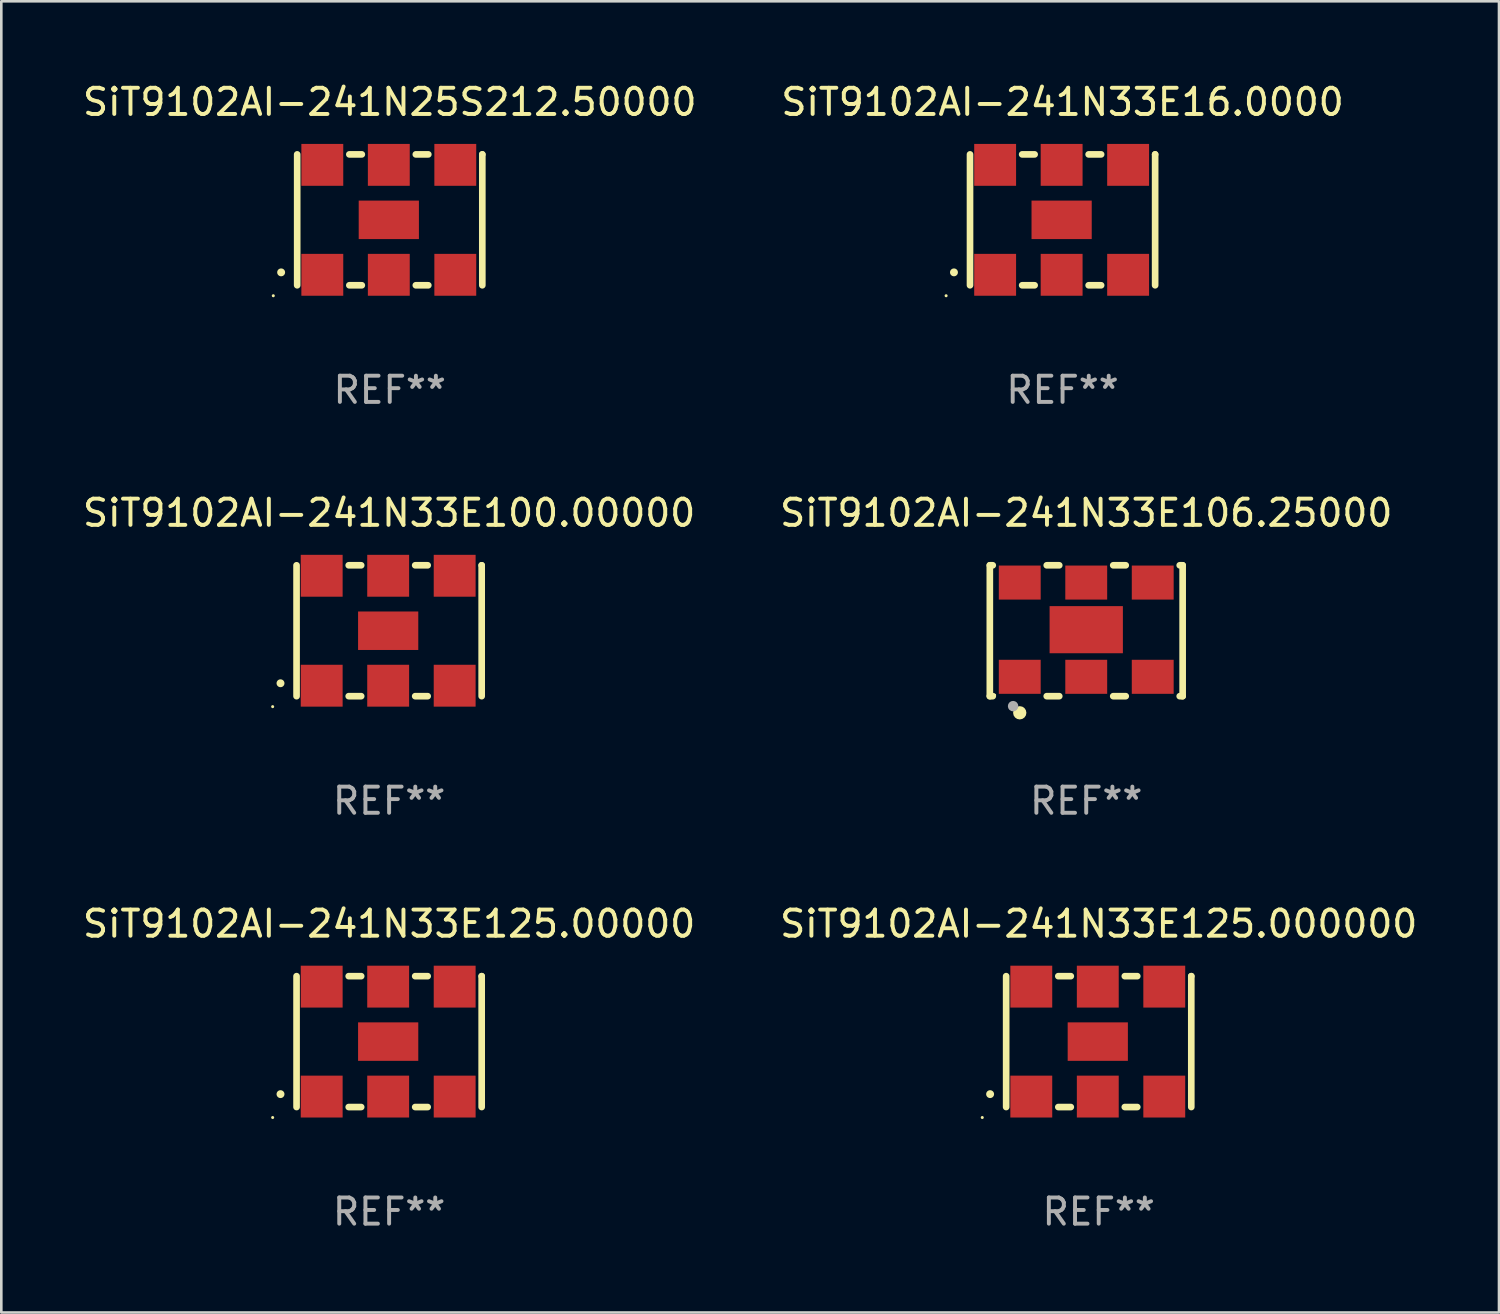
<source format=kicad_pcb>
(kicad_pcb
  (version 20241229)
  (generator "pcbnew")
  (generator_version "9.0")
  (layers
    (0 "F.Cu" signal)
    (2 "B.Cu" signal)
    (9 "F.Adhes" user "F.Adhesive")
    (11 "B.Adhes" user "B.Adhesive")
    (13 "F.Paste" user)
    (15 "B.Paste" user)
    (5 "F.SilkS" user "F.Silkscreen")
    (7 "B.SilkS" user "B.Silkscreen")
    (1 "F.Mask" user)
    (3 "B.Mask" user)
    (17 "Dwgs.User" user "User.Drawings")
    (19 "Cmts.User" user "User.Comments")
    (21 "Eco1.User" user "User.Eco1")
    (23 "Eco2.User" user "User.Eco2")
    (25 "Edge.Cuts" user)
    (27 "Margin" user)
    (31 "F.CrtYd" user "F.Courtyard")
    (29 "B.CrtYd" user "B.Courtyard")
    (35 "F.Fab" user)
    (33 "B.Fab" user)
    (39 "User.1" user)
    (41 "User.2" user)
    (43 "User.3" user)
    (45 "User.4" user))
  (footprint "SiT9102AI-241N25S212.50000"
    (layer "F.Cu")
    (at 11.839 5.348)
    (property "Reference" "SiT9102AI-241N25S212.50000" (at 0 -4.5 0) (layer "F.SilkS") (effects (font (size 1 1) (thickness 0.15))))
    (attr through_hole)
    (fp_line (start -3.536 -2.5) (end -3.536 2.5) (stroke (width 0.254) (type solid)) (layer "F.SilkS"))
    (fp_line (start -1.544 2.5) (end -1.067 2.5) (stroke (width 0.254) (type solid)) (layer "F.SilkS"))
    (fp_line (start -1.067 -2.5) (end -1.544 -2.5) (stroke (width 0.254) (type solid)) (layer "F.SilkS"))
    (fp_line (start 0.996 2.5) (end 1.473 2.5) (stroke (width 0.254) (type solid)) (layer "F.SilkS"))
    (fp_line (start 1.473 -2.5) (end 0.996 -2.5) (stroke (width 0.254) (type solid)) (layer "F.SilkS"))
    (fp_line (start 3.536 -2.5) (end 3.536 -2.5) (stroke (width 0.254) (type solid)) (layer "F.SilkS"))
    (fp_line (start 3.536 2.5) (end 3.536 -2.5) (stroke (width 0.254) (type solid)) (layer "F.SilkS"))
    (fp_arc (start -4.150432 2.006604) (mid -4.149162 2.006599) (end -4.147892 2.006604) (stroke (width 0.3) (type solid)) (layer "F.SilkS"))
    (fp_circle (center -4.449 2.9) (end -4.419 2.9) (stroke (width 0.06) (type solid)) (fill no) (layer "F.SilkS"))
    (fp_text user "REF**" (at 0 6.5 0) (layer "F.Fab") (effects (font (size 1 1) (thickness 0.15))))
    (pad "1" smd rect (at -2.576 2.1) (size 1.6 1.6) (layers "F.Cu" "F.Mask" "F.Paste"))
    (pad "2" smd rect (at -0.036 2.1) (size 1.6 1.6) (layers "F.Cu" "F.Mask" "F.Paste"))
    (pad "3" smd rect (at 2.504 2.1) (size 1.6 1.6) (layers "F.Cu" "F.Mask" "F.Paste"))
    (pad "4" smd rect (at 2.504 -2.1) (size 1.6 1.6) (layers "F.Cu" "F.Mask" "F.Paste"))
    (pad "5" smd rect (at -0.036 -2.1) (size 1.6 1.6) (layers "F.Cu" "F.Mask" "F.Paste"))
    (pad "6" smd rect (at -2.576 -2.1) (size 1.6 1.6) (layers "F.Cu" "F.Mask" "F.Paste"))
    (pad "7" smd rect (at -0.036 0) (size 2.3 1.47) (layers "F.Cu" "F.Mask" "F.Paste")))
  (footprint "SiT9102AI-241N33E16.0000"
    (layer "F.Cu")
    (at 37.542 5.348)
    (property "Reference" "SiT9102AI-241N33E16.0000" (at 0 -4.5 0) (layer "F.SilkS") (effects (font (size 1 1) (thickness 0.15))))
    (attr through_hole)
    (fp_line (start -3.536 -2.5) (end -3.536 2.5) (stroke (width 0.254) (type solid)) (layer "F.SilkS"))
    (fp_line (start -1.544 2.5) (end -1.067 2.5) (stroke (width 0.254) (type solid)) (layer "F.SilkS"))
    (fp_line (start -1.067 -2.5) (end -1.544 -2.5) (stroke (width 0.254) (type solid)) (layer "F.SilkS"))
    (fp_line (start 0.996 2.5) (end 1.473 2.5) (stroke (width 0.254) (type solid)) (layer "F.SilkS"))
    (fp_line (start 1.473 -2.5) (end 0.996 -2.5) (stroke (width 0.254) (type solid)) (layer "F.SilkS"))
    (fp_line (start 3.536 -2.5) (end 3.536 -2.5) (stroke (width 0.254) (type solid)) (layer "F.SilkS"))
    (fp_line (start 3.536 2.5) (end 3.536 -2.5) (stroke (width 0.254) (type solid)) (layer "F.SilkS"))
    (fp_arc (start -4.150432 2.006604) (mid -4.149162 2.006599) (end -4.147892 2.006604) (stroke (width 0.3) (type solid)) (layer "F.SilkS"))
    (fp_circle (center -4.449 2.9) (end -4.419 2.9) (stroke (width 0.06) (type solid)) (fill no) (layer "F.SilkS"))
    (fp_text user "REF**" (at 0 6.5 0) (layer "F.Fab") (effects (font (size 1 1) (thickness 0.15))))
    (pad "1" smd rect (at -2.576 2.1) (size 1.6 1.6) (layers "F.Cu" "F.Mask" "F.Paste"))
    (pad "2" smd rect (at -0.036 2.1) (size 1.6 1.6) (layers "F.Cu" "F.Mask" "F.Paste"))
    (pad "3" smd rect (at 2.504 2.1) (size 1.6 1.6) (layers "F.Cu" "F.Mask" "F.Paste"))
    (pad "4" smd rect (at 2.504 -2.1) (size 1.6 1.6) (layers "F.Cu" "F.Mask" "F.Paste"))
    (pad "5" smd rect (at -0.036 -2.1) (size 1.6 1.6) (layers "F.Cu" "F.Mask" "F.Paste"))
    (pad "6" smd rect (at -2.576 -2.1) (size 1.6 1.6) (layers "F.Cu" "F.Mask" "F.Paste"))
    (pad "7" smd rect (at -0.036 0) (size 2.3 1.47) (layers "F.Cu" "F.Mask" "F.Paste")))
  (footprint "SiT9102AI-241N33E125.00000"
    (layer "F.Cu")
    (at 11.815 36.741)
    (property "Reference" "SiT9102AI-241N33E125.00000" (at 0 -4.5 0) (layer "F.SilkS") (effects (font (size 1 1) (thickness 0.15))))
    (attr through_hole)
    (fp_line (start -3.536 -2.5) (end -3.536 2.5) (stroke (width 0.254) (type solid)) (layer "F.SilkS"))
    (fp_line (start -1.544 2.5) (end -1.067 2.5) (stroke (width 0.254) (type solid)) (layer "F.SilkS"))
    (fp_line (start -1.067 -2.5) (end -1.544 -2.5) (stroke (width 0.254) (type solid)) (layer "F.SilkS"))
    (fp_line (start 0.996 2.5) (end 1.473 2.5) (stroke (width 0.254) (type solid)) (layer "F.SilkS"))
    (fp_line (start 1.473 -2.5) (end 0.996 -2.5) (stroke (width 0.254) (type solid)) (layer "F.SilkS"))
    (fp_line (start 3.536 -2.5) (end 3.536 -2.5) (stroke (width 0.254) (type solid)) (layer "F.SilkS"))
    (fp_line (start 3.536 2.5) (end 3.536 -2.5) (stroke (width 0.254) (type solid)) (layer "F.SilkS"))
    (fp_arc (start -4.150432 2.006604) (mid -4.149162 2.006599) (end -4.147892 2.006604) (stroke (width 0.3) (type solid)) (layer "F.SilkS"))
    (fp_circle (center -4.449 2.9) (end -4.419 2.9) (stroke (width 0.06) (type solid)) (fill no) (layer "F.SilkS"))
    (fp_text user "REF**" (at 0 6.5 0) (layer "F.Fab") (effects (font (size 1 1) (thickness 0.15))))
    (pad "1" smd rect (at -2.576 2.1) (size 1.6 1.6) (layers "F.Cu" "F.Mask" "F.Paste"))
    (pad "2" smd rect (at -0.036 2.1) (size 1.6 1.6) (layers "F.Cu" "F.Mask" "F.Paste"))
    (pad "3" smd rect (at 2.504 2.1) (size 1.6 1.6) (layers "F.Cu" "F.Mask" "F.Paste"))
    (pad "4" smd rect (at 2.504 -2.1) (size 1.6 1.6) (layers "F.Cu" "F.Mask" "F.Paste"))
    (pad "5" smd rect (at -0.036 -2.1) (size 1.6 1.6) (layers "F.Cu" "F.Mask" "F.Paste"))
    (pad "6" smd rect (at -2.576 -2.1) (size 1.6 1.6) (layers "F.Cu" "F.Mask" "F.Paste"))
    (pad "7" smd rect (at -0.036 0) (size 2.3 1.47) (layers "F.Cu" "F.Mask" "F.Paste")))
  (footprint "SiT9102AI-241N33E125.000000"
    (layer "F.Cu")
    (at 38.923 36.741)
    (property "Reference" "SiT9102AI-241N33E125.000000" (at 0 -4.5 0) (layer "F.SilkS") (effects (font (size 1 1) (thickness 0.15))))
    (attr through_hole)
    (fp_line (start -3.536 -2.5) (end -3.536 2.5) (stroke (width 0.254) (type solid)) (layer "F.SilkS"))
    (fp_line (start -1.544 2.5) (end -1.067 2.5) (stroke (width 0.254) (type solid)) (layer "F.SilkS"))
    (fp_line (start -1.067 -2.5) (end -1.544 -2.5) (stroke (width 0.254) (type solid)) (layer "F.SilkS"))
    (fp_line (start 0.996 2.5) (end 1.473 2.5) (stroke (width 0.254) (type solid)) (layer "F.SilkS"))
    (fp_line (start 1.473 -2.5) (end 0.996 -2.5) (stroke (width 0.254) (type solid)) (layer "F.SilkS"))
    (fp_line (start 3.536 -2.5) (end 3.536 -2.5) (stroke (width 0.254) (type solid)) (layer "F.SilkS"))
    (fp_line (start 3.536 2.5) (end 3.536 -2.5) (stroke (width 0.254) (type solid)) (layer "F.SilkS"))
    (fp_arc (start -4.150432 2.006604) (mid -4.149162 2.006599) (end -4.147892 2.006604) (stroke (width 0.3) (type solid)) (layer "F.SilkS"))
    (fp_circle (center -4.449 2.9) (end -4.419 2.9) (stroke (width 0.06) (type solid)) (fill no) (layer "F.SilkS"))
    (fp_text user "REF**" (at 0 6.5 0) (layer "F.Fab") (effects (font (size 1 1) (thickness 0.15))))
    (pad "1" smd rect (at -2.576 2.1) (size 1.6 1.6) (layers "F.Cu" "F.Mask" "F.Paste"))
    (pad "2" smd rect (at -0.036 2.1) (size 1.6 1.6) (layers "F.Cu" "F.Mask" "F.Paste"))
    (pad "3" smd rect (at 2.504 2.1) (size 1.6 1.6) (layers "F.Cu" "F.Mask" "F.Paste"))
    (pad "4" smd rect (at 2.504 -2.1) (size 1.6 1.6) (layers "F.Cu" "F.Mask" "F.Paste"))
    (pad "5" smd rect (at -0.036 -2.1) (size 1.6 1.6) (layers "F.Cu" "F.Mask" "F.Paste"))
    (pad "6" smd rect (at -2.576 -2.1) (size 1.6 1.6) (layers "F.Cu" "F.Mask" "F.Paste"))
    (pad "7" smd rect (at -0.036 0) (size 2.3 1.47) (layers "F.Cu" "F.Mask" "F.Paste")))
  (footprint "SiT9102AI-241N33E106.25000"
    (layer "F.Cu")
    (at 38.446 21.045)
    (property "Reference" "SiT9102AI-241N33E106.25000" (at 0 -4.5 0) (layer "F.SilkS") (effects (font (size 1 1) (thickness 0.15))))
    (attr through_hole)
    (fp_line (start -3.683 -2.5) (end -3.571 -2.5) (stroke (width 0.254) (type solid)) (layer "F.SilkS"))
    (fp_line (start -3.683 2.5) (end -3.683 -2.5) (stroke (width 0.254) (type solid)) (layer "F.SilkS"))
    (fp_line (start -3.683 2.5) (end -3.571 2.5) (stroke (width 0.254) (type solid)) (layer "F.SilkS"))
    (fp_line (start -1.509 -2.5) (end -1.031 -2.5) (stroke (width 0.254) (type solid)) (layer "F.SilkS"))
    (fp_line (start -1.509 2.5) (end -1.031 2.5) (stroke (width 0.254) (type solid)) (layer "F.SilkS"))
    (fp_line (start 1.031 -2.5) (end 1.509 -2.5) (stroke (width 0.254) (type solid)) (layer "F.SilkS"))
    (fp_line (start 1.031 2.5) (end 1.509 2.5) (stroke (width 0.254) (type solid)) (layer "F.SilkS"))
    (fp_line (start 3.571 -2.5) (end 3.683 -2.5) (stroke (width 0.254) (type solid)) (layer "F.SilkS"))
    (fp_line (start 3.571 2.5) (end 3.683 2.5) (stroke (width 0.254) (type solid)) (layer "F.SilkS"))
    (fp_line (start 3.683 2.5) (end 3.683 -2.5) (stroke (width 0.254) (type solid)) (layer "F.SilkS"))
    (fp_circle (center -3.5 2.46) (end -3.47 2.46) (stroke (width 0.06) (type solid)) (fill no) (layer "F.SilkS"))
    (fp_circle (center -2.54 3.135) (end -2.413 3.135) (stroke (width 0.254) (type solid)) (fill no) (layer "F.SilkS"))
    (fp_circle (center -2.794 2.881) (end -2.694 2.881) (stroke (width 0.2) (type solid)) (fill no) (layer "F.Fab"))
    (fp_text user "REF**" (at 0 6.5 0) (layer "F.Fab") (effects (font (size 1 1) (thickness 0.15))))
    (pad "1" smd rect (at -2.54 1.76) (size 1.6 1.3) (layers "F.Cu" "F.Mask" "F.Paste"))
    (pad "2" smd rect (at 0 1.76) (size 1.6 1.3) (layers "F.Cu" "F.Mask" "F.Paste"))
    (pad "3" smd rect (at 2.54 1.76) (size 1.6 1.3) (layers "F.Cu" "F.Mask" "F.Paste"))
    (pad "4" smd rect (at 2.54 -1.84) (size 1.6 1.3) (layers "F.Cu" "F.Mask" "F.Paste"))
    (pad "5" smd rect (at 0 -1.84) (size 1.6 1.3) (layers "F.Cu" "F.Mask" "F.Paste"))
    (pad "6" smd rect (at -2.54 -1.84) (size 1.6 1.3) (layers "F.Cu" "F.Mask" "F.Paste"))
    (pad "7" smd rect (at 0 -0.04) (size 2.8 1.8) (layers "F.Cu" "F.Mask" "F.Paste")))
  (footprint "SiT9102AI-241N33E100.00000"
    (layer "F.Cu")
    (at 11.815 21.045)
    (property "Reference" "SiT9102AI-241N33E100.00000" (at 0 -4.5 0) (layer "F.SilkS") (effects (font (size 1 1) (thickness 0.15))))
    (attr through_hole)
    (fp_line (start -3.536 -2.5) (end -3.536 2.5) (stroke (width 0.254) (type solid)) (layer "F.SilkS"))
    (fp_line (start -1.544 2.5) (end -1.067 2.5) (stroke (width 0.254) (type solid)) (layer "F.SilkS"))
    (fp_line (start -1.067 -2.5) (end -1.544 -2.5) (stroke (width 0.254) (type solid)) (layer "F.SilkS"))
    (fp_line (start 0.996 2.5) (end 1.473 2.5) (stroke (width 0.254) (type solid)) (layer "F.SilkS"))
    (fp_line (start 1.473 -2.5) (end 0.996 -2.5) (stroke (width 0.254) (type solid)) (layer "F.SilkS"))
    (fp_line (start 3.536 -2.5) (end 3.536 -2.5) (stroke (width 0.254) (type solid)) (layer "F.SilkS"))
    (fp_line (start 3.536 2.5) (end 3.536 -2.5) (stroke (width 0.254) (type solid)) (layer "F.SilkS"))
    (fp_arc (start -4.150432 2.006604) (mid -4.149162 2.006599) (end -4.147892 2.006604) (stroke (width 0.3) (type solid)) (layer "F.SilkS"))
    (fp_circle (center -4.449 2.9) (end -4.419 2.9) (stroke (width 0.06) (type solid)) (fill no) (layer "F.SilkS"))
    (fp_text user "REF**" (at 0 6.5 0) (layer "F.Fab") (effects (font (size 1 1) (thickness 0.15))))
    (pad "1" smd rect (at -2.576 2.1) (size 1.6 1.6) (layers "F.Cu" "F.Mask" "F.Paste"))
    (pad "2" smd rect (at -0.036 2.1) (size 1.6 1.6) (layers "F.Cu" "F.Mask" "F.Paste"))
    (pad "3" smd rect (at 2.504 2.1) (size 1.6 1.6) (layers "F.Cu" "F.Mask" "F.Paste"))
    (pad "4" smd rect (at 2.504 -2.1) (size 1.6 1.6) (layers "F.Cu" "F.Mask" "F.Paste"))
    (pad "5" smd rect (at -0.036 -2.1) (size 1.6 1.6) (layers "F.Cu" "F.Mask" "F.Paste"))
    (pad "6" smd rect (at -2.576 -2.1) (size 1.6 1.6) (layers "F.Cu" "F.Mask" "F.Paste"))
    (pad "7" smd rect (at -0.036 0) (size 2.3 1.47) (layers "F.Cu" "F.Mask" "F.Paste")))
  (gr_rect
    (start -3 -3)
    (end 54.214 47.09)
    (stroke (width 0.1) (type default))
    (fill no)
    (layer "Edge.Cuts")))
</source>
